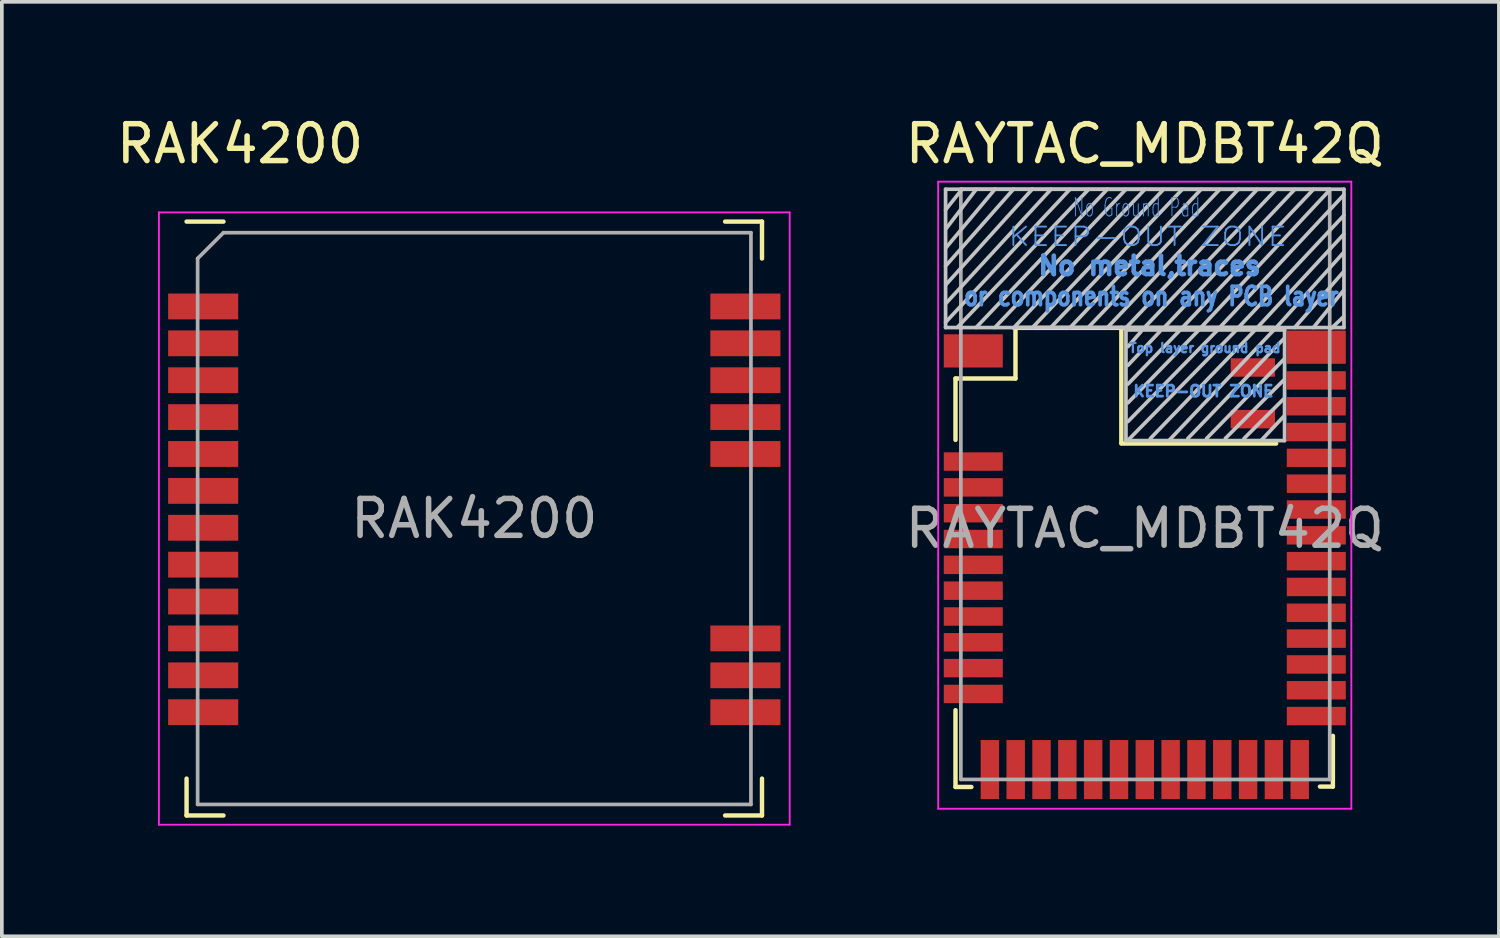
<source format=kicad_pcb>
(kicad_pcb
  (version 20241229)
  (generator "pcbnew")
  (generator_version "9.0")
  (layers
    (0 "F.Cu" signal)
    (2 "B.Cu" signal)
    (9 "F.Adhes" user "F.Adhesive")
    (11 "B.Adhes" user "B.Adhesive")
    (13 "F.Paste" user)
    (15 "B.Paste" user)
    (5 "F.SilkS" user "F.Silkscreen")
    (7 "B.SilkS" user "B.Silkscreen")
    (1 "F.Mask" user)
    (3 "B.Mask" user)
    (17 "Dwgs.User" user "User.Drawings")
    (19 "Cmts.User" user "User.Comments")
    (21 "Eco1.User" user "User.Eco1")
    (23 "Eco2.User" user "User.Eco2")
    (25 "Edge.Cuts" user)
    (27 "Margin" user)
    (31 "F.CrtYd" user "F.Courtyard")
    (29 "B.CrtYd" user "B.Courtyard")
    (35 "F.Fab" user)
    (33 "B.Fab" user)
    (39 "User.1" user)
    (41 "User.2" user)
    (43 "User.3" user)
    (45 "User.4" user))
  (footprint "RAK4200"
    (layer "F.Cu")
    (at 9.808 11.008)
    (property "Reference" "RAK4200" (at -6.35 -10.16 0) (layer "F.SilkS") (effects (font (size 1 1) (thickness 0.15))))
    (attr smd)
    (fp_line (start -7.8 -8.05) (end -6.8 -8.05) (stroke (width 0.12) (type solid)) (layer "F.SilkS"))
    (fp_line (start -7.8 7.05) (end -7.8 8.05) (stroke (width 0.12) (type solid)) (layer "F.SilkS"))
    (fp_line (start -6.8 8.05) (end -7.8 8.05) (stroke (width 0.12) (type solid)) (layer "F.SilkS"))
    (fp_line (start 6.8 8.05) (end 7.8 8.05) (stroke (width 0.12) (type solid)) (layer "F.SilkS"))
    (fp_line (start 7.8 -8.05) (end 6.8 -8.05) (stroke (width 0.12) (type solid)) (layer "F.SilkS"))
    (fp_line (start 7.8 -7.05) (end 7.8 -8.05) (stroke (width 0.12) (type solid)) (layer "F.SilkS"))
    (fp_line (start 7.8 7.05) (end 7.8 8.05) (stroke (width 0.12) (type solid)) (layer "F.SilkS"))
    (fp_line (start -8.55 -8.3) (end -8.55 8.3) (stroke (width 0.05) (type solid)) (layer "F.CrtYd"))
    (fp_line (start -8.55 8.3) (end 8.55 8.3) (stroke (width 0.05) (type solid)) (layer "F.CrtYd"))
    (fp_line (start 8.55 -8.3) (end -8.55 -8.3) (stroke (width 0.05) (type solid)) (layer "F.CrtYd"))
    (fp_line (start 8.55 -8.3) (end 8.55 8.3) (stroke (width 0.05) (type solid)) (layer "F.CrtYd"))
    (fp_line (start -7.5 -7.05) (end -7.5 7.75) (stroke (width 0.1) (type solid)) (layer "F.Fab"))
    (fp_line (start -7.5 -7.05) (end -6.8 -7.75) (stroke (width 0.1) (type solid)) (layer "F.Fab"))
    (fp_line (start -7.5 7.75) (end 7.5 7.75) (stroke (width 0.1) (type solid)) (layer "F.Fab"))
    (fp_line (start -6.8 -7.75) (end 7.5 -7.75) (stroke (width 0.1) (type solid)) (layer "F.Fab"))
    (fp_line (start 7.5 -7.75) (end 7.5 7.75) (stroke (width 0.1) (type solid)) (layer "F.Fab"))
    (fp_text user "${REFERENCE}" (at 0 0 0) (layer "F.Fab") (effects (font (size 1 1) (thickness 0.15))))
    (pad "1" smd rect (at -7.35 -5.75) (size 1.9 0.7) (layers "F.Cu" "F.Mask" "F.Paste"))
    (pad "2" smd rect (at -7.35 -4.75) (size 1.9 0.7) (layers "F.Cu" "F.Mask" "F.Paste"))
    (pad "3" smd rect (at -7.35 -3.75) (size 1.9 0.7) (layers "F.Cu" "F.Mask" "F.Paste"))
    (pad "4" smd rect (at -7.35 -2.75) (size 1.9 0.7) (layers "F.Cu" "F.Mask" "F.Paste"))
    (pad "5" smd rect (at -7.35 -1.75) (size 1.9 0.7) (layers "F.Cu" "F.Mask" "F.Paste"))
    (pad "6" smd rect (at -7.35 -0.75) (size 1.9 0.7) (layers "F.Cu" "F.Mask" "F.Paste"))
    (pad "7" smd rect (at -7.35 0.25) (size 1.9 0.7) (layers "F.Cu" "F.Mask" "F.Paste"))
    (pad "8" smd rect (at -7.35 1.25) (size 1.9 0.7) (layers "F.Cu" "F.Mask" "F.Paste"))
    (pad "9" smd rect (at -7.35 2.25) (size 1.9 0.7) (layers "F.Cu" "F.Mask" "F.Paste"))
    (pad "10" smd rect (at -7.35 3.25) (size 1.9 0.7) (layers "F.Cu" "F.Mask" "F.Paste"))
    (pad "11" smd rect (at -7.35 4.25) (size 1.9 0.7) (layers "F.Cu" "F.Mask" "F.Paste"))
    (pad "12" smd rect (at -7.35 5.25) (size 1.9 0.7) (layers "F.Cu" "F.Mask" "F.Paste"))
    (pad "13" smd rect (at 7.35 5.25) (size 1.9 0.7) (layers "F.Cu" "F.Mask" "F.Paste"))
    (pad "14" smd rect (at 7.35 4.25) (size 1.9 0.7) (layers "F.Cu" "F.Mask" "F.Paste"))
    (pad "15" smd rect (at 7.35 3.25) (size 1.9 0.7) (layers "F.Cu" "F.Mask" "F.Paste"))
    (pad "16" smd rect (at 7.35 -1.75) (size 1.9 0.7) (layers "F.Cu" "F.Mask" "F.Paste"))
    (pad "17" smd rect (at 7.35 -2.75) (size 1.9 0.7) (layers "F.Cu" "F.Mask" "F.Paste"))
    (pad "18" smd rect (at 7.35 -3.75) (size 1.9 0.7) (layers "F.Cu" "F.Mask" "F.Paste"))
    (pad "19" smd rect (at 7.35 -4.75) (size 1.9 0.7) (layers "F.Cu" "F.Mask" "F.Paste"))
    (pad "20" smd rect (at 7.35 -5.75) (size 1.9 0.7) (layers "F.Cu" "F.Mask" "F.Paste")))
  (footprint "RAYTAC_MDBT42Q"
    (layer "F.Cu")
    (at 27.985 11.275)
    (property "Reference" "RAYTAC_MDBT42Q" (at 0 -10.427 0) (layer "F.SilkS") (effects (font (size 1 1) (thickness 0.15))))
    (attr smd)
    (fp_line (start -5.131 -4.064) (end -5.131 -2.4) (stroke (width 0.12) (type solid)) (layer "F.SilkS"))
    (fp_line (start -5.131 -4.064) (end -3.505 -4.064) (stroke (width 0.12) (type solid)) (layer "F.SilkS"))
    (fp_line (start -5.131 7.01) (end -5.131 4.928) (stroke (width 0.12) (type solid)) (layer "F.SilkS"))
    (fp_line (start -4.7 7.01) (end -5.131 7.01) (stroke (width 0.12) (type solid)) (layer "F.SilkS"))
    (fp_line (start -3.505 -5.436) (end 3.5 -5.436) (stroke (width 0.12) (type solid)) (layer "F.SilkS"))
    (fp_line (start -3.505 -4.064) (end -3.505 -5.436) (stroke (width 0.12) (type solid)) (layer "F.SilkS"))
    (fp_line (start -0.635 -2.311) (end -0.635 -5.436) (stroke (width 0.12) (type solid)) (layer "F.SilkS"))
    (fp_line (start -0.635 -2.301) (end 3.561 -2.301) (stroke (width 0.12) (type solid)) (layer "F.SilkS"))
    (fp_line (start 4.75 7) (end 5.1 7) (stroke (width 0.12) (type solid)) (layer "F.SilkS"))
    (fp_line (start 5.1 7) (end 5.1 5.625) (stroke (width 0.12) (type solid)) (layer "F.SilkS"))
    (fp_line (start -5.4 -8.636) (end -4.953 -9.195) (stroke (width 0.1) (type solid)) (layer "Dwgs.User"))
    (fp_line (start -5.4 -7.112) (end -3.556 -9.2) (stroke (width 0.1) (type solid)) (layer "Dwgs.User"))
    (fp_line (start -5.4 -5.588) (end -2.032 -9.19) (stroke (width 0.1) (type solid)) (layer "Dwgs.User"))
    (fp_line (start -5.4 -9.195) (end 5.4 -9.195) (stroke (width 0.1) (type solid)) (layer "Dwgs.User"))
    (fp_line (start -5.4 -5.445) (end -5.4 -9.195) (stroke (width 0.1) (type solid)) (layer "Dwgs.User"))
    (fp_line (start -5.4 -5.445) (end 5.4 -5.445) (stroke (width 0.1) (type solid)) (layer "Dwgs.User"))
    (fp_line (start -5.395 -6.604) (end -3.048 -9.2) (stroke (width 0.1) (type solid)) (layer "Dwgs.User"))
    (fp_line (start -5.395 -6.096) (end -2.54 -9.195) (stroke (width 0.1) (type solid)) (layer "Dwgs.User"))
    (fp_line (start -5.385 -8.128) (end -4.572 -9.19) (stroke (width 0.1) (type solid)) (layer "Dwgs.User"))
    (fp_line (start -5.38 -7.62) (end -4.059 -9.2) (stroke (width 0.1) (type solid)) (layer "Dwgs.User"))
    (fp_line (start -5.08 -5.451) (end -1.524 -9.19) (stroke (width 0.1) (type solid)) (layer "Dwgs.User"))
    (fp_line (start -4.572 -5.446) (end -1.016 -9.195) (stroke (width 0.1) (type solid)) (layer "Dwgs.User"))
    (fp_line (start -4.064 -5.446) (end -0.513 -9.19) (stroke (width 0.1) (type solid)) (layer "Dwgs.User"))
    (fp_line (start -3.561 -5.431) (end 0 -9.19) (stroke (width 0.1) (type solid)) (layer "Dwgs.User"))
    (fp_line (start -3.048 -5.441) (end 0.508 -9.19) (stroke (width 0.1) (type solid)) (layer "Dwgs.User"))
    (fp_line (start -2.54 -5.456) (end 1.016 -9.19) (stroke (width 0.1) (type solid)) (layer "Dwgs.User"))
    (fp_line (start -2.032 -5.436) (end 1.524 -9.19) (stroke (width 0.1) (type solid)) (layer "Dwgs.User"))
    (fp_line (start -1.524 -5.456) (end 2.032 -9.19) (stroke (width 0.1) (type solid)) (layer "Dwgs.User"))
    (fp_line (start -1.016 -5.441) (end 2.54 -9.195) (stroke (width 0.1) (type solid)) (layer "Dwgs.User"))
    (fp_line (start -0.51 -2.38) (end -0.51 -5.367) (stroke (width 0.1) (type solid)) (layer "Dwgs.User"))
    (fp_line (start -0.508 -5.441) (end 3.048 -9.19) (stroke (width 0.1) (type solid)) (layer "Dwgs.User"))
    (fp_line (start -0.457 -4.42) (end 0.406 -5.334) (stroke (width 0.1) (type solid)) (layer "Dwgs.User"))
    (fp_line (start -0.457 -3.912) (end 0.965 -5.385) (stroke (width 0.1) (type solid)) (layer "Dwgs.User"))
    (fp_line (start -0.457 -3.404) (end 1.473 -5.385) (stroke (width 0.1) (type solid)) (layer "Dwgs.User"))
    (fp_line (start -0.457 -2.896) (end 1.981 -5.385) (stroke (width 0.1) (type solid)) (layer "Dwgs.User"))
    (fp_line (start -0.457 -2.388) (end 2.489 -5.385) (stroke (width 0.1) (type solid)) (layer "Dwgs.User"))
    (fp_line (start -0.102 -5.334) (end -0.457 -4.928) (stroke (width 0.1) (type solid)) (layer "Dwgs.User"))
    (fp_line (start -0.005 -5.451) (end 3.556 -9.185) (stroke (width 0.1) (type solid)) (layer "Dwgs.User"))
    (fp_line (start 0.152 -2.438) (end 2.997 -5.385) (stroke (width 0.1) (type solid)) (layer "Dwgs.User"))
    (fp_line (start 0.513 -5.431) (end 4.064 -9.19) (stroke (width 0.1) (type solid)) (layer "Dwgs.User"))
    (fp_line (start 0.66 -2.388) (end 3.505 -5.385) (stroke (width 0.1) (type solid)) (layer "Dwgs.User"))
    (fp_line (start 1.016 -5.441) (end 4.572 -9.19) (stroke (width 0.1) (type solid)) (layer "Dwgs.User"))
    (fp_line (start 1.168 -2.438) (end 3.759 -5.131) (stroke (width 0.1) (type solid)) (layer "Dwgs.User"))
    (fp_line (start 1.524 -5.446) (end 5.014 -9.174) (stroke (width 0.1) (type solid)) (layer "Dwgs.User"))
    (fp_line (start 1.676 -2.438) (end 3.759 -4.572) (stroke (width 0.1) (type solid)) (layer "Dwgs.User"))
    (fp_line (start 2.032 -5.446) (end 5.395 -9.042) (stroke (width 0.1) (type solid)) (layer "Dwgs.User"))
    (fp_line (start 2.184 -2.438) (end 3.759 -4.013) (stroke (width 0.1) (type solid)) (layer "Dwgs.User"))
    (fp_line (start 2.54 -5.446) (end 5.4 -8.489) (stroke (width 0.1) (type solid)) (layer "Dwgs.User"))
    (fp_line (start 2.692 -2.438) (end 3.759 -3.505) (stroke (width 0.1) (type solid)) (layer "Dwgs.User"))
    (fp_line (start 3.048 -5.441) (end 5.395 -7.976) (stroke (width 0.1) (type solid)) (layer "Dwgs.User"))
    (fp_line (start 3.15 -2.38) (end 3.78 -3.05) (stroke (width 0.1) (type solid)) (layer "Dwgs.User"))
    (fp_line (start 3.556 -5.436) (end 5.38 -7.468) (stroke (width 0.1) (type solid)) (layer "Dwgs.User"))
    (fp_line (start 3.79 -5.38) (end -0.51 -5.38) (stroke (width 0.1) (type solid)) (layer "Dwgs.User"))
    (fp_line (start 3.79 -5.38) (end 3.79 -2.38) (stroke (width 0.1) (type solid)) (layer "Dwgs.User"))
    (fp_line (start 3.79 -2.38) (end -0.51 -2.38) (stroke (width 0.1) (type solid)) (layer "Dwgs.User"))
    (fp_line (start 4.064 -5.446) (end 5.39 -6.96) (stroke (width 0.1) (type solid)) (layer "Dwgs.User"))
    (fp_line (start 4.572 -5.446) (end 5.39 -6.452) (stroke (width 0.1) (type solid)) (layer "Dwgs.User"))
    (fp_line (start 5.07 -5.436) (end 5.39 -5.74) (stroke (width 0.1) (type solid)) (layer "Dwgs.User"))
    (fp_line (start 5.4 -5.445) (end 5.4 -9.195) (stroke (width 0.1) (type solid)) (layer "Dwgs.User"))
    (fp_line (start -5.6 7.6) (end -5.6 -9.4) (stroke (width 0.05) (type solid)) (layer "F.CrtYd"))
    (fp_line (start 5.6 -9.4) (end -5.6 -9.4) (stroke (width 0.05) (type solid)) (layer "F.CrtYd"))
    (fp_line (start 5.6 -9.4) (end 5.6 7.6) (stroke (width 0.05) (type solid)) (layer "F.CrtYd"))
    (fp_line (start 5.6 7.6) (end -5.6 7.6) (stroke (width 0.05) (type solid)) (layer "F.CrtYd"))
    (fp_line (start -4.986 -9.195) (end -4.986 6.805) (stroke (width 0.1) (type solid)) (layer "F.Fab"))
    (fp_line (start -4.986 -9.195) (end 5.014 -9.193) (stroke (width 0.1) (type solid)) (layer "F.Fab"))
    (fp_line (start -4.986 6.805) (end 5.014 6.807) (stroke (width 0.1) (type solid)) (layer "F.Fab"))
    (fp_line (start 5.014 -9.193) (end 5.014 6.807) (stroke (width 0.1) (type solid)) (layer "F.Fab"))
    (fp_text user "KEEP-OUT ZONE" (at 0.08 -7.91 0) (layer "Cmts.User") (effects (font (size 0.5 0.6) (thickness 0.05))))
    (fp_text user "No metal,traces " (at 0.32 -7.12 0) (layer "Cmts.User") (effects (font (size 0.5 0.5) (thickness 0.125))))
    (fp_text user "KEEP-OUT ZONE" (at 1.59 -3.72 0) (layer "Cmts.User") (effects (font (size 0.3 0.3) (thickness 0.075))))
    (fp_text user "or components on any PCB layer" (at 0.18 -6.29 0) (layer "Cmts.User") (effects (font (size 0.5 0.4) (thickness 0.1))))
    (fp_text user "No Ground Pad" (at -0.22 -8.7 0) (layer "Cmts.User") (effects (font (size 0.5 0.3) (thickness 0.025))))
    (fp_text user "Top layer ground pad" (at 1.63 -4.89 0) (layer "Cmts.User") (effects (font (size 0.25 0.25) (thickness 0.062))))
    (fp_text user "${REFERENCE}" (at 0 0 0) (layer "F.Fab") (effects (font (size 1 1) (thickness 0.15))))
    (pad "1" smd rect (at -4.649 -4.812) (size 1.6 0.9) (layers "F.Cu" "F.Mask" "F.Paste"))
    (pad "2" smd rect (at -4.649 -1.812) (size 1.6 0.5) (layers "F.Cu" "F.Mask" "F.Paste"))
    (pad "3" smd rect (at -4.649 -1.112) (size 1.6 0.5) (layers "F.Cu" "F.Mask" "F.Paste"))
    (pad "4" smd rect (at -4.649 -0.412) (size 1.6 0.5) (layers "F.Cu" "F.Mask" "F.Paste"))
    (pad "5" smd rect (at -4.649 0.288) (size 1.6 0.5) (layers "F.Cu" "F.Mask" "F.Paste"))
    (pad "6" smd rect (at -4.649 0.988) (size 1.6 0.5) (layers "F.Cu" "F.Mask" "F.Paste"))
    (pad "7" smd rect (at -4.649 1.688) (size 1.6 0.5) (layers "F.Cu" "F.Mask" "F.Paste"))
    (pad "8" smd rect (at -4.649 2.388) (size 1.6 0.5) (layers "F.Cu" "F.Mask" "F.Paste"))
    (pad "9" smd rect (at -4.649 3.088) (size 1.6 0.5) (layers "F.Cu" "F.Mask" "F.Paste"))
    (pad "10" smd rect (at -4.649 3.788) (size 1.6 0.5) (layers "F.Cu" "F.Mask" "F.Paste"))
    (pad "11" smd rect (at -4.649 4.488) (size 1.6 0.5) (layers "F.Cu" "F.Mask" "F.Paste"))
    (pad "12" smd rect (at -4.199 6.538 90) (size 1.6 0.5) (layers "F.Cu" "F.Mask" "F.Paste"))
    (pad "13" smd rect (at -3.499 6.538 90) (size 1.6 0.5) (layers "F.Cu" "F.Mask" "F.Paste"))
    (pad "14" smd rect (at -2.799 6.538 90) (size 1.6 0.5) (layers "F.Cu" "F.Mask" "F.Paste"))
    (pad "15" smd rect (at -2.099 6.538 90) (size 1.6 0.5) (layers "F.Cu" "F.Mask" "F.Paste"))
    (pad "16" smd rect (at -1.399 6.538 90) (size 1.6 0.5) (layers "F.Cu" "F.Mask" "F.Paste"))
    (pad "17" smd rect (at -0.699 6.538 90) (size 1.6 0.5) (layers "F.Cu" "F.Mask" "F.Paste"))
    (pad "18" smd rect (at 0.001 6.538 90) (size 1.6 0.5) (layers "F.Cu" "F.Mask" "F.Paste"))
    (pad "19" smd rect (at 0.701 6.538 90) (size 1.6 0.5) (layers "F.Cu" "F.Mask" "F.Paste"))
    (pad "20" smd rect (at 1.401 6.538 90) (size 1.6 0.5) (layers "F.Cu" "F.Mask" "F.Paste"))
    (pad "21" smd rect (at 2.101 6.538 90) (size 1.6 0.5) (layers "F.Cu" "F.Mask" "F.Paste"))
    (pad "22" smd rect (at 2.801 6.538 90) (size 1.6 0.5) (layers "F.Cu" "F.Mask" "F.Paste"))
    (pad "23" smd rect (at 3.501 6.538 90) (size 1.6 0.5) (layers "F.Cu" "F.Mask" "F.Paste"))
    (pad "24" smd rect (at 4.201 6.538 90) (size 1.6 0.5) (layers "F.Cu" "F.Mask" "F.Paste"))
    (pad "25" smd rect (at 4.65 5.088) (size 1.6 0.5) (layers "F.Cu" "F.Mask" "F.Paste"))
    (pad "26" smd rect (at 4.65 4.388) (size 1.6 0.5) (layers "F.Cu" "F.Mask" "F.Paste"))
    (pad "27" smd rect (at 4.65 3.688) (size 1.6 0.5) (layers "F.Cu" "F.Mask" "F.Paste"))
    (pad "28" smd rect (at 4.65 2.988) (size 1.6 0.5) (layers "F.Cu" "F.Mask" "F.Paste"))
    (pad "29" smd rect (at 4.65 2.288) (size 1.6 0.5) (layers "F.Cu" "F.Mask" "F.Paste"))
    (pad "30" smd rect (at 4.65 1.588) (size 1.6 0.5) (layers "F.Cu" "F.Mask" "F.Paste"))
    (pad "31" smd rect (at 4.65 0.888) (size 1.6 0.5) (layers "F.Cu" "F.Mask" "F.Paste"))
    (pad "32" smd rect (at 4.65 0.188) (size 1.6 0.5) (layers "F.Cu" "F.Mask" "F.Paste"))
    (pad "33" smd rect (at 4.65 -0.512) (size 1.6 0.5) (layers "F.Cu" "F.Mask" "F.Paste"))
    (pad "34" smd rect (at 4.65 -1.212) (size 1.6 0.5) (layers "F.Cu" "F.Mask" "F.Paste"))
    (pad "35" smd rect (at 4.65 -1.912) (size 1.6 0.5) (layers "F.Cu" "F.Mask" "F.Paste"))
    (pad "36" smd rect (at 4.65 -2.612) (size 1.6 0.5) (layers "F.Cu" "F.Mask" "F.Paste"))
    (pad "37" smd rect (at 4.65 -3.312) (size 1.6 0.5) (layers "F.Cu" "F.Mask" "F.Paste"))
    (pad "38" smd rect (at 4.65 -4.012) (size 1.6 0.5) (layers "F.Cu" "F.Mask" "F.Paste"))
    (pad "39" smd rect (at 4.65 -4.912) (size 1.6 0.9) (layers "F.Cu" "F.Mask" "F.Paste"))
    (pad "40" smd rect (at 2.93 -4.362) (size 1.2 0.5) (layers "F.Cu" "F.Mask" "F.Paste"))
    (pad "41" smd rect (at 2.93 -2.962) (size 1.2 0.5) (layers "F.Cu" "F.Mask" "F.Paste")))
  (gr_rect
    (start -3 -3)
    (end 37.586 22.333)
    (stroke (width 0.1) (type default))
    (fill no)
    (layer "Edge.Cuts")))
</source>
